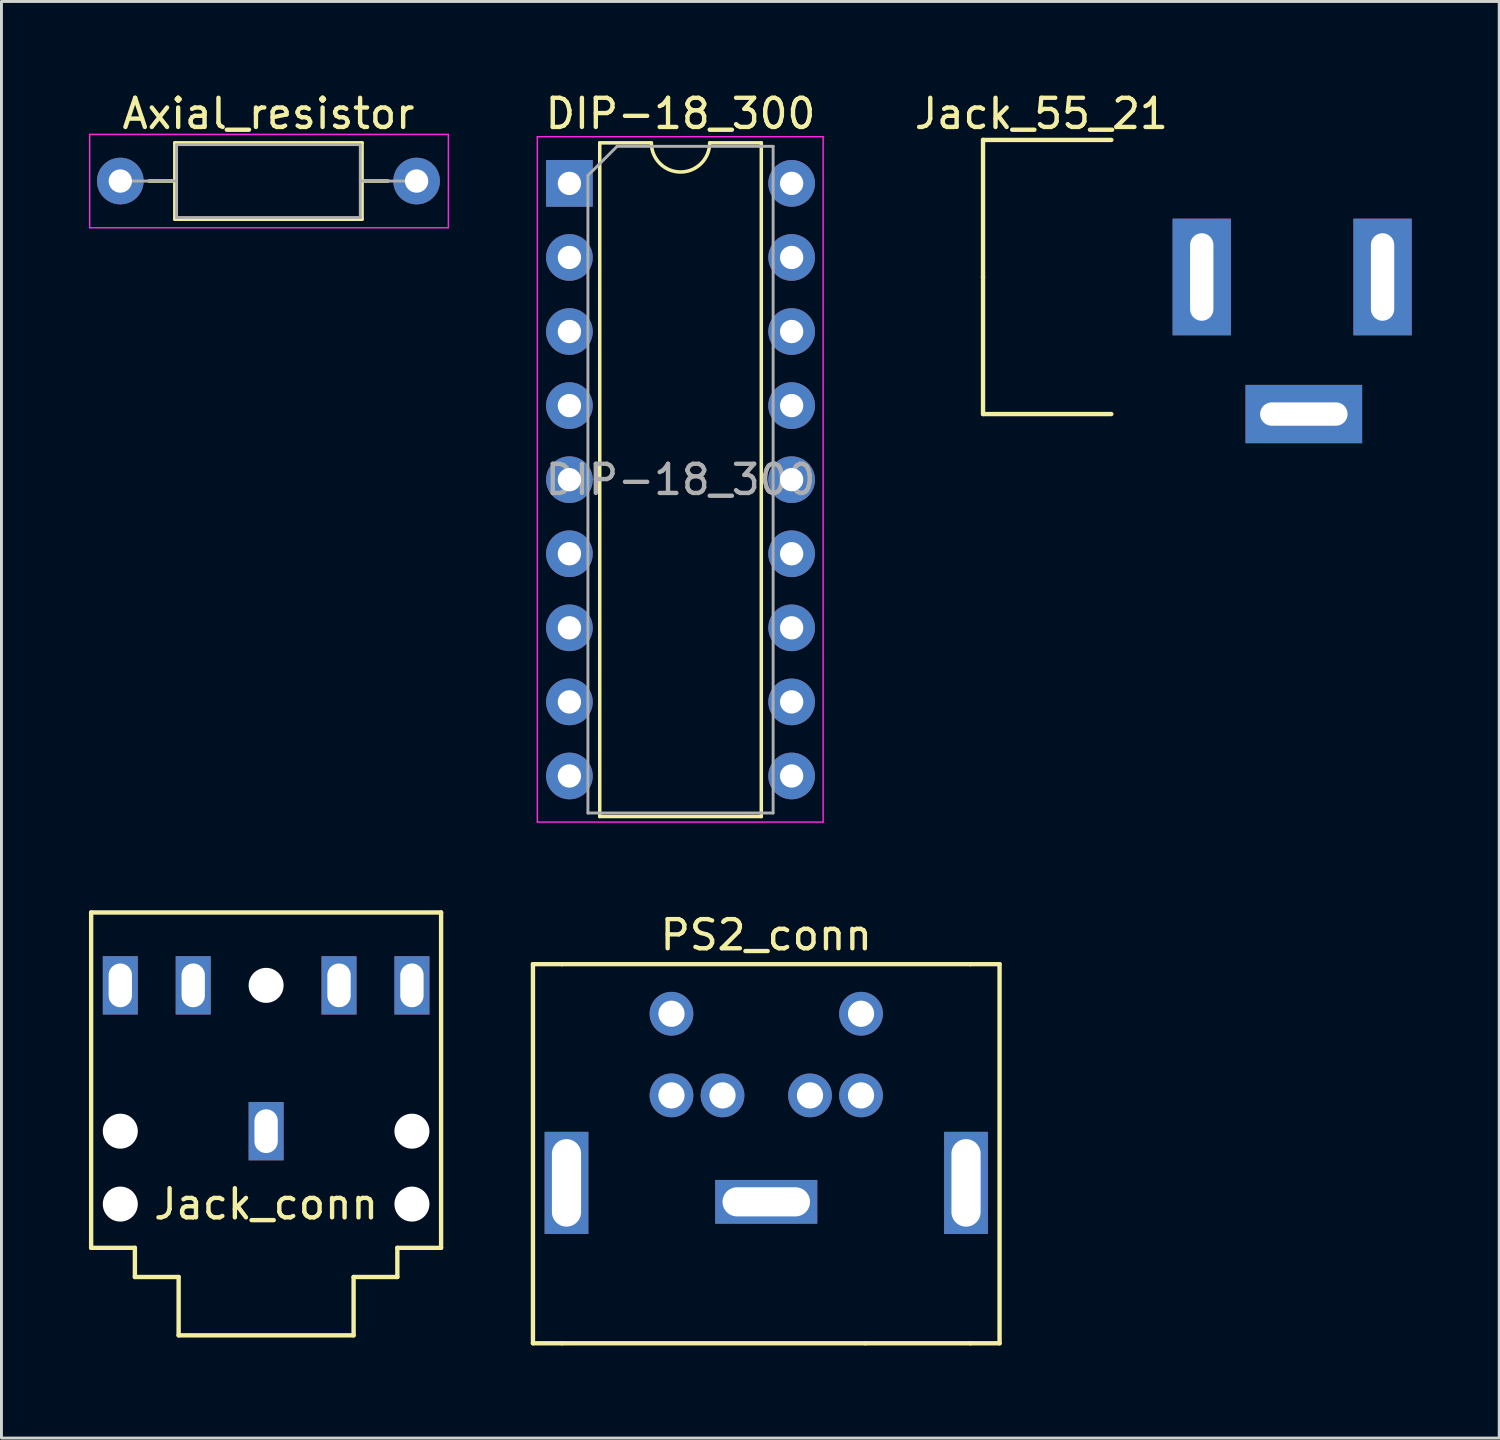
<source format=kicad_pcb>
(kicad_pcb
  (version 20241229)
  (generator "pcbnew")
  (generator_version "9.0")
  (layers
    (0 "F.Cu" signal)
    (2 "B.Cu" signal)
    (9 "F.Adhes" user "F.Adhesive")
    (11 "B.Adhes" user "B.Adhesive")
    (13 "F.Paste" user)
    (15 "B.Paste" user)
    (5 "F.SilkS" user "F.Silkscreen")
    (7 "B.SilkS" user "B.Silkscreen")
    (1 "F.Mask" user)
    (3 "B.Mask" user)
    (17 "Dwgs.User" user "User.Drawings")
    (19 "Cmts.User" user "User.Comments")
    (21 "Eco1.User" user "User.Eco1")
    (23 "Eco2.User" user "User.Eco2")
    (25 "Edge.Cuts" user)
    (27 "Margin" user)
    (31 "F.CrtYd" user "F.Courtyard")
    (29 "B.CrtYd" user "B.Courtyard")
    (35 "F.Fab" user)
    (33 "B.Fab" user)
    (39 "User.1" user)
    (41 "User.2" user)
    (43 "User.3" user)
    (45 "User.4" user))
  (footprint "Jack_55_21"
    (layer "F.Cu")
    (at 41.658 11.148)
    (property "Reference" "Jack_55_21" (at -9 -10.3 0) (layer "F.SilkS") (effects (font (size 1 1) (thickness 0.15))))
    (attr through_hole)
    (fp_line (start -11 -9.4) (end -6.6 -9.4) (stroke (width 0.15) (type solid)) (layer "F.SilkS"))
    (fp_line (start -11 -4.7) (end -11 -9.4) (stroke (width 0.15) (type solid)) (layer "F.SilkS"))
    (fp_line (start -11 0) (end -11 -4.7) (stroke (width 0.15) (type solid)) (layer "F.SilkS"))
    (fp_line (start -11 0) (end -6.6 0) (stroke (width 0.15) (type solid)) (layer "F.SilkS"))
    (pad "1" thru_hole rect (at 2.7 -4.7) (size 2 4) (drill oval 0.8 3) (layers "*.Cu" "*.Mask"))
    (pad "2" thru_hole rect (at 0 0) (size 4 2) (drill oval 3 0.8) (layers "*.Cu" "*.Mask"))
    (pad "3" thru_hole rect (at -3.5 -4.7) (size 2 4) (drill oval 0.8 3) (layers "*.Cu" "*.Mask")))
  (footprint "Axial_resistor"
    (layer "F.Cu")
    (at 1.075 3.158)
    (property "Reference" "Axial_resistor" (at 5.08 -2.31 0) (layer "F.SilkS") (effects (font (size 1 1) (thickness 0.15))))
    (attr through_hole)
    (fp_line (start 0.98 0) (end 1.87 0) (stroke (width 0.12) (type solid)) (layer "F.SilkS"))
    (fp_line (start 1.87 -1.31) (end 1.87 1.31) (stroke (width 0.12) (type solid)) (layer "F.SilkS"))
    (fp_line (start 1.87 1.31) (end 8.29 1.31) (stroke (width 0.12) (type solid)) (layer "F.SilkS"))
    (fp_line (start 8.29 -1.31) (end 1.87 -1.31) (stroke (width 0.12) (type solid)) (layer "F.SilkS"))
    (fp_line (start 8.29 1.31) (end 8.29 -1.31) (stroke (width 0.12) (type solid)) (layer "F.SilkS"))
    (fp_line (start 9.18 0) (end 8.29 0) (stroke (width 0.12) (type solid)) (layer "F.SilkS"))
    (fp_line (start -1.05 -1.6) (end -1.05 1.6) (stroke (width 0.05) (type solid)) (layer "F.CrtYd"))
    (fp_line (start -1.05 1.6) (end 11.25 1.6) (stroke (width 0.05) (type solid)) (layer "F.CrtYd"))
    (fp_line (start 11.25 -1.6) (end -1.05 -1.6) (stroke (width 0.05) (type solid)) (layer "F.CrtYd"))
    (fp_line (start 11.25 1.6) (end 11.25 -1.6) (stroke (width 0.05) (type solid)) (layer "F.CrtYd"))
    (fp_line (start 0 0) (end 1.93 0) (stroke (width 0.1) (type solid)) (layer "F.Fab"))
    (fp_line (start 1.93 -1.25) (end 1.93 1.25) (stroke (width 0.1) (type solid)) (layer "F.Fab"))
    (fp_line (start 1.93 1.25) (end 8.23 1.25) (stroke (width 0.1) (type solid)) (layer "F.Fab"))
    (fp_line (start 8.23 -1.25) (end 1.93 -1.25) (stroke (width 0.1) (type solid)) (layer "F.Fab"))
    (fp_line (start 8.23 1.25) (end 8.23 -1.25) (stroke (width 0.1) (type solid)) (layer "F.Fab"))
    (fp_line (start 10.16 0) (end 8.23 0) (stroke (width 0.1) (type solid)) (layer "F.Fab"))
    (pad "1" thru_hole circle (at 0 0) (size 1.6 1.6) (drill 0.8) (layers "*.Cu" "*.Mask"))
    (pad "2" thru_hole oval (at 10.16 0) (size 1.6 1.6) (drill 0.8) (layers "*.Cu" "*.Mask")))
  (footprint "PS2_conn"
    (layer "F.Cu")
    (at 23.225 43.011)
    (property "Reference" "PS2_conn" (at 0 -14 180) (layer "F.SilkS") (effects (font (size 1 1) (thickness 0.15))))
    (attr through_hole)
    (fp_line (start -8 -13) (end -8 0) (stroke (width 0.15) (type solid)) (layer "F.SilkS"))
    (fp_line (start -8 0) (end -7 0) (stroke (width 0.15) (type solid)) (layer "F.SilkS"))
    (fp_line (start -7 -13) (end -8 -13) (stroke (width 0.15) (type solid)) (layer "F.SilkS"))
    (fp_line (start -7 -13) (end 7 -13) (stroke (width 0.15) (type solid)) (layer "F.SilkS"))
    (fp_line (start -7 0) (end 3.4 0) (stroke (width 0.15) (type solid)) (layer "F.SilkS"))
    (fp_line (start 3.4 0) (end 7 0) (stroke (width 0.15) (type solid)) (layer "F.SilkS"))
    (fp_line (start 7 -13) (end 8 -13) (stroke (width 0.15) (type solid)) (layer "F.SilkS"))
    (fp_line (start 8 -13) (end 8 0) (stroke (width 0.15) (type solid)) (layer "F.SilkS"))
    (fp_line (start 8 0) (end 7 0) (stroke (width 0.15) (type solid)) (layer "F.SilkS"))
    (pad "" thru_hole rect (at -6.85 -5.5 270) (size 3.5 1.5) (drill oval 3 1) (layers "*.Cu" "*.Mask"))
    (pad "" thru_hole rect (at 0 -4.85 180) (size 3.5 1.5) (drill oval 3 1) (layers "*.Cu" "*.Mask"))
    (pad "" thru_hole rect (at 6.85 -5.5 270) (size 3.5 1.5) (drill oval 3 1) (layers "*.Cu" "*.Mask"))
    (pad "1" thru_hole circle (at 1.5 -8.5 180) (size 1.5 1.5) (drill 0.9) (layers "*.Cu" "*.Mask"))
    (pad "2" thru_hole circle (at -1.5 -8.5 180) (size 1.5 1.5) (drill 0.9) (layers "*.Cu" "*.Mask"))
    (pad "3" thru_hole circle (at 3.25 -8.5 180) (size 1.5 1.5) (drill 0.9) (layers "*.Cu" "*.Mask"))
    (pad "4" thru_hole circle (at -3.25 -8.5 180) (size 1.5 1.5) (drill 0.9) (layers "*.Cu" "*.Mask"))
    (pad "5" thru_hole circle (at 3.25 -11.3 180) (size 1.5 1.5) (drill 0.9) (layers "*.Cu" "*.Mask"))
    (pad "6" thru_hole circle (at -3.25 -11.3 180) (size 1.5 1.5) (drill 0.9) (layers "*.Cu" "*.Mask")))
  (footprint "DIP-18_300"
    (layer "F.Cu")
    (at 16.475 3.238)
    (property "Reference" "DIP-18_300" (at 3.81 -2.39 0) (layer "F.SilkS") (effects (font (size 1 1) (thickness 0.15))))
    (attr through_hole)
    (fp_line (start 1.04 -1.39) (end 1.04 21.71) (stroke (width 0.12) (type solid)) (layer "F.SilkS"))
    (fp_line (start 1.04 21.71) (end 6.58 21.71) (stroke (width 0.12) (type solid)) (layer "F.SilkS"))
    (fp_line (start 2.81 -1.39) (end 1.04 -1.39) (stroke (width 0.12) (type solid)) (layer "F.SilkS"))
    (fp_line (start 6.58 -1.39) (end 4.81 -1.39) (stroke (width 0.12) (type solid)) (layer "F.SilkS"))
    (fp_line (start 6.58 21.71) (end 6.58 -1.39) (stroke (width 0.12) (type solid)) (layer "F.SilkS"))
    (fp_arc (start 4.81 -1.39) (mid 3.81 -0.39) (end 2.81 -1.39) (stroke (width 0.12) (type solid)) (layer "F.SilkS"))
    (fp_line (start -1.1 -1.6) (end -1.1 21.9) (stroke (width 0.05) (type solid)) (layer "F.CrtYd"))
    (fp_line (start -1.1 21.9) (end 8.7 21.9) (stroke (width 0.05) (type solid)) (layer "F.CrtYd"))
    (fp_line (start 8.7 -1.6) (end -1.1 -1.6) (stroke (width 0.05) (type solid)) (layer "F.CrtYd"))
    (fp_line (start 8.7 21.9) (end 8.7 -1.6) (stroke (width 0.05) (type solid)) (layer "F.CrtYd"))
    (fp_line (start 0.635 -0.27) (end 1.635 -1.27) (stroke (width 0.1) (type solid)) (layer "F.Fab"))
    (fp_line (start 0.635 21.59) (end 0.635 -0.27) (stroke (width 0.1) (type solid)) (layer "F.Fab"))
    (fp_line (start 1.635 -1.27) (end 6.985 -1.27) (stroke (width 0.1) (type solid)) (layer "F.Fab"))
    (fp_line (start 6.985 -1.27) (end 6.985 21.59) (stroke (width 0.1) (type solid)) (layer "F.Fab"))
    (fp_line (start 6.985 21.59) (end 0.635 21.59) (stroke (width 0.1) (type solid)) (layer "F.Fab"))
    (fp_text user "${REFERENCE}" (at 3.81 10.16 0) (layer "F.Fab") (effects (font (size 1 1) (thickness 0.15))))
    (pad "1" thru_hole rect (at 0 0) (size 1.6 1.6) (drill 0.8) (layers "*.Cu" "*.Mask"))
    (pad "2" thru_hole oval (at 0 2.54) (size 1.6 1.6) (drill 0.8) (layers "*.Cu" "*.Mask"))
    (pad "3" thru_hole oval (at 0 5.08) (size 1.6 1.6) (drill 0.8) (layers "*.Cu" "*.Mask"))
    (pad "4" thru_hole oval (at 0 7.62) (size 1.6 1.6) (drill 0.8) (layers "*.Cu" "*.Mask"))
    (pad "5" thru_hole oval (at 0 10.16) (size 1.6 1.6) (drill 0.8) (layers "*.Cu" "*.Mask"))
    (pad "6" thru_hole oval (at 0 12.7) (size 1.6 1.6) (drill 0.8) (layers "*.Cu" "*.Mask"))
    (pad "7" thru_hole oval (at 0 15.24) (size 1.6 1.6) (drill 0.8) (layers "*.Cu" "*.Mask"))
    (pad "8" thru_hole oval (at 0 17.78) (size 1.6 1.6) (drill 0.8) (layers "*.Cu" "*.Mask"))
    (pad "9" thru_hole oval (at 0 20.32) (size 1.6 1.6) (drill 0.8) (layers "*.Cu" "*.Mask"))
    (pad "10" thru_hole oval (at 7.62 20.32) (size 1.6 1.6) (drill 0.8) (layers "*.Cu" "*.Mask"))
    (pad "11" thru_hole oval (at 7.62 17.78) (size 1.6 1.6) (drill 0.8) (layers "*.Cu" "*.Mask"))
    (pad "12" thru_hole oval (at 7.62 15.24) (size 1.6 1.6) (drill 0.8) (layers "*.Cu" "*.Mask"))
    (pad "13" thru_hole oval (at 7.62 12.7) (size 1.6 1.6) (drill 0.8) (layers "*.Cu" "*.Mask"))
    (pad "14" thru_hole oval (at 7.62 10.16) (size 1.6 1.6) (drill 0.8) (layers "*.Cu" "*.Mask"))
    (pad "15" thru_hole oval (at 7.62 7.62) (size 1.6 1.6) (drill 0.8) (layers "*.Cu" "*.Mask"))
    (pad "16" thru_hole oval (at 7.62 5.08) (size 1.6 1.6) (drill 0.8) (layers "*.Cu" "*.Mask"))
    (pad "17" thru_hole oval (at 7.62 2.54) (size 1.6 1.6) (drill 0.8) (layers "*.Cu" "*.Mask"))
    (pad "18" thru_hole oval (at 7.62 0) (size 1.6 1.6) (drill 0.8) (layers "*.Cu" "*.Mask")))
  (footprint "Jack_conn"
    (layer "F.Cu")
    (at 6.075 30.738)
    (property "Reference" "Jack_conn" (at 0 7.5 0) (layer "F.SilkS") (effects (font (size 1 1) (thickness 0.15))))
    (attr through_hole)
    (fp_line (start -6 -2.5) (end 6 -2.5) (stroke (width 0.15) (type solid)) (layer "F.SilkS"))
    (fp_line (start -6 9) (end -6 -2.5) (stroke (width 0.15) (type solid)) (layer "F.SilkS"))
    (fp_line (start -4.5 9) (end -6 9) (stroke (width 0.15) (type solid)) (layer "F.SilkS"))
    (fp_line (start -4.5 10) (end -4.5 9) (stroke (width 0.15) (type solid)) (layer "F.SilkS"))
    (fp_line (start -3 10) (end -4.5 10) (stroke (width 0.15) (type solid)) (layer "F.SilkS"))
    (fp_line (start -3 12) (end -3 10) (stroke (width 0.15) (type solid)) (layer "F.SilkS"))
    (fp_line (start 3 10) (end 3 12) (stroke (width 0.15) (type solid)) (layer "F.SilkS"))
    (fp_line (start 3 12) (end -3 12) (stroke (width 0.15) (type solid)) (layer "F.SilkS"))
    (fp_line (start 4.5 9) (end 4.5 10) (stroke (width 0.15) (type solid)) (layer "F.SilkS"))
    (fp_line (start 4.5 10) (end 3 10) (stroke (width 0.15) (type solid)) (layer "F.SilkS"))
    (fp_line (start 6 -2.5) (end 6 9) (stroke (width 0.15) (type solid)) (layer "F.SilkS"))
    (fp_line (start 6 9) (end 4.5 9) (stroke (width 0.15) (type solid)) (layer "F.SilkS"))
    (pad "" np_thru_hole circle (at -5 5) (size 1.2 1.2) (drill 1.2) (layers "*.Cu" "*.Mask"))
    (pad "" np_thru_hole circle (at -5 7.5) (size 1.2 1.2) (drill 1.2) (layers "*.Cu" "*.Mask"))
    (pad "" np_thru_hole circle (at 0 0) (size 1.2 1.2) (drill 1.2) (layers "*.Cu" "*.Mask"))
    (pad "" np_thru_hole circle (at 5 5) (size 1.2 1.2) (drill 1.2) (layers "*.Cu" "*.Mask"))
    (pad "" np_thru_hole circle (at 5 7.5) (size 1.2 1.2) (drill 1.2) (layers "*.Cu" "*.Mask"))
    (pad "1" thru_hole rect (at 0 5) (size 1.2 2) (drill oval 0.8 1.5) (layers "*.Cu" "*.Mask"))
    (pad "2" thru_hole rect (at 5 0) (size 1.2 2) (drill oval 0.8 1.5) (layers "*.Cu" "*.Mask"))
    (pad "3" thru_hole rect (at 2.5 0) (size 1.2 2) (drill oval 0.8 1.5) (layers "*.Cu" "*.Mask"))
    (pad "4" thru_hole rect (at -2.5 0) (size 1.2 2) (drill oval 0.8 1.5) (layers "*.Cu" "*.Mask"))
    (pad "5" thru_hole rect (at -5 0) (size 1.2 2) (drill oval 0.8 1.5) (layers "*.Cu" "*.Mask")))
  (gr_rect
    (start -3 -3)
    (end 48.358 46.261)
    (stroke (width 0.1) (type default))
    (fill no)
    (layer "Edge.Cuts")))
</source>
